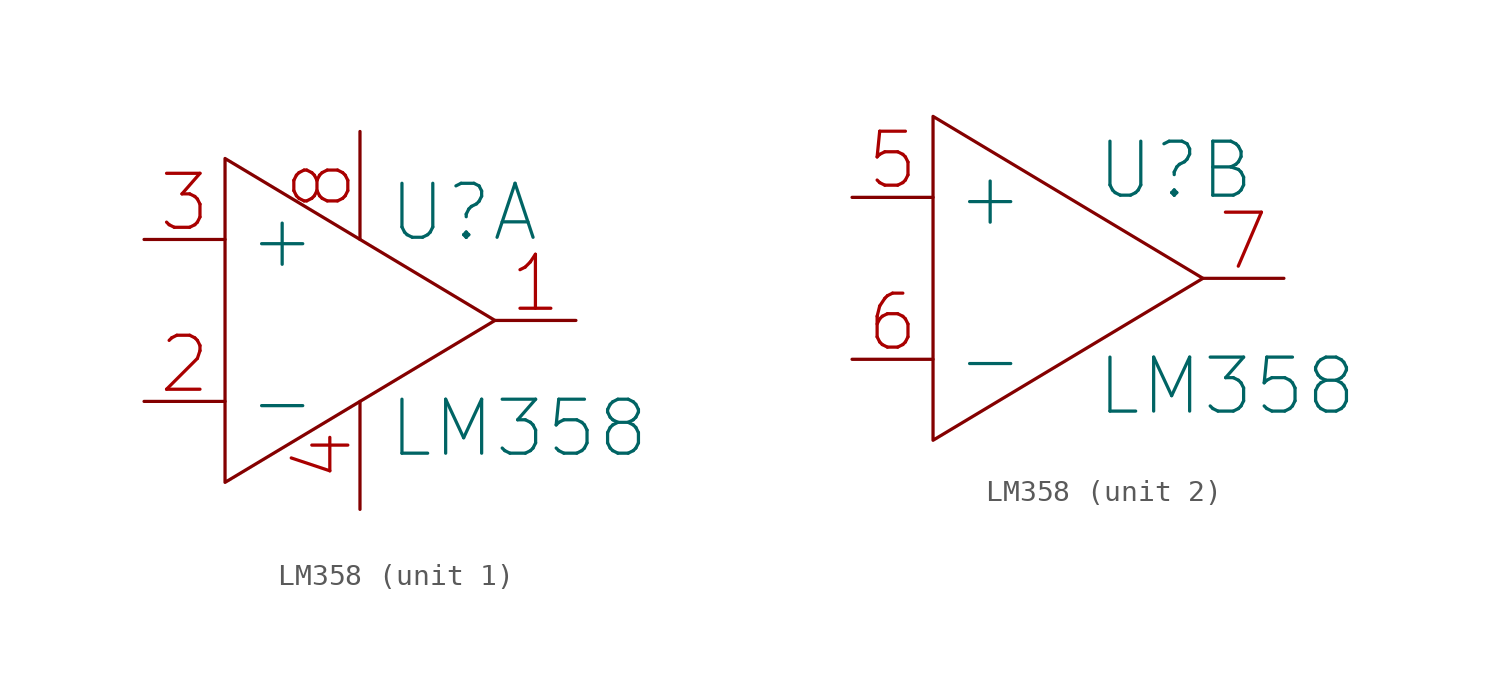
<source format=kicad_sym>
(kicad_symbol_lib
  (version 20231120)
  (generator "kicad_symbol_editor")
  (generator_version "8.0")
  (symbol "LM358"
    (pin_names
      (offset 1.016))
    (property "Reference" "U"
      (at 11.43 1.27 0)
      (effects (font (size 2.54 2.54)) (justify left)))
    (property "Value" "LM358"
      (at 11.43 -8.89 0)
      (effects (font (size 2.54 2.54)) (justify left)))
    (symbol "LM358_0_1"
      (polyline (pts (xy 16.51 -3.81) (xy 3.81 3.81) (xy 3.81 -11.43) (xy 16.51 -3.81)) (stroke (width 0) (type default)) (fill (type none))))
    (symbol "LM358_1_1"
      (pin input line (at 20.32 -3.81 180) (length 3.81) (name "" (effects (font (size 2.54 2.54)))) (number "1" (effects (font (size 2.54 2.54)))))
      (pin input line (at 0 -7.62 0) (length 3.81) (name "-" (effects (font (size 2.54 2.54)))) (number "2" (effects (font (size 2.54 2.54)))))
      (pin input line (at 0 0 0) (length 3.81) (name "+" (effects (font (size 2.54 2.54)))) (number "3" (effects (font (size 2.54 2.54)))))
      (pin input line (at 10.16 -12.7 90) (length 5.08) (name "" (effects (font (size 2.54 2.54)))) (number "4" (effects (font (size 2.54 2.54)))))
      (pin input line (at 10.16 5.08 270) (length 5.08) (name "" (effects (font (size 2.54 2.54)))) (number "8" (effects (font (size 2.54 2.54))))))
    (symbol "LM358_2_1"
      (pin input line (at 0 0 0) (length 3.81) (name "+" (effects (font (size 2.54 2.54)))) (number "5" (effects (font (size 2.54 2.54)))))
      (pin input line (at 0 -7.62 0) (length 3.81) (name "-" (effects (font (size 2.54 2.54)))) (number "6" (effects (font (size 2.54 2.54)))))
      (pin input line (at 20.32 -3.81 180) (length 3.81) (name "" (effects (font (size 2.54 2.54)))) (number "7" (effects (font (size 2.54 2.54))))))))
</source>
